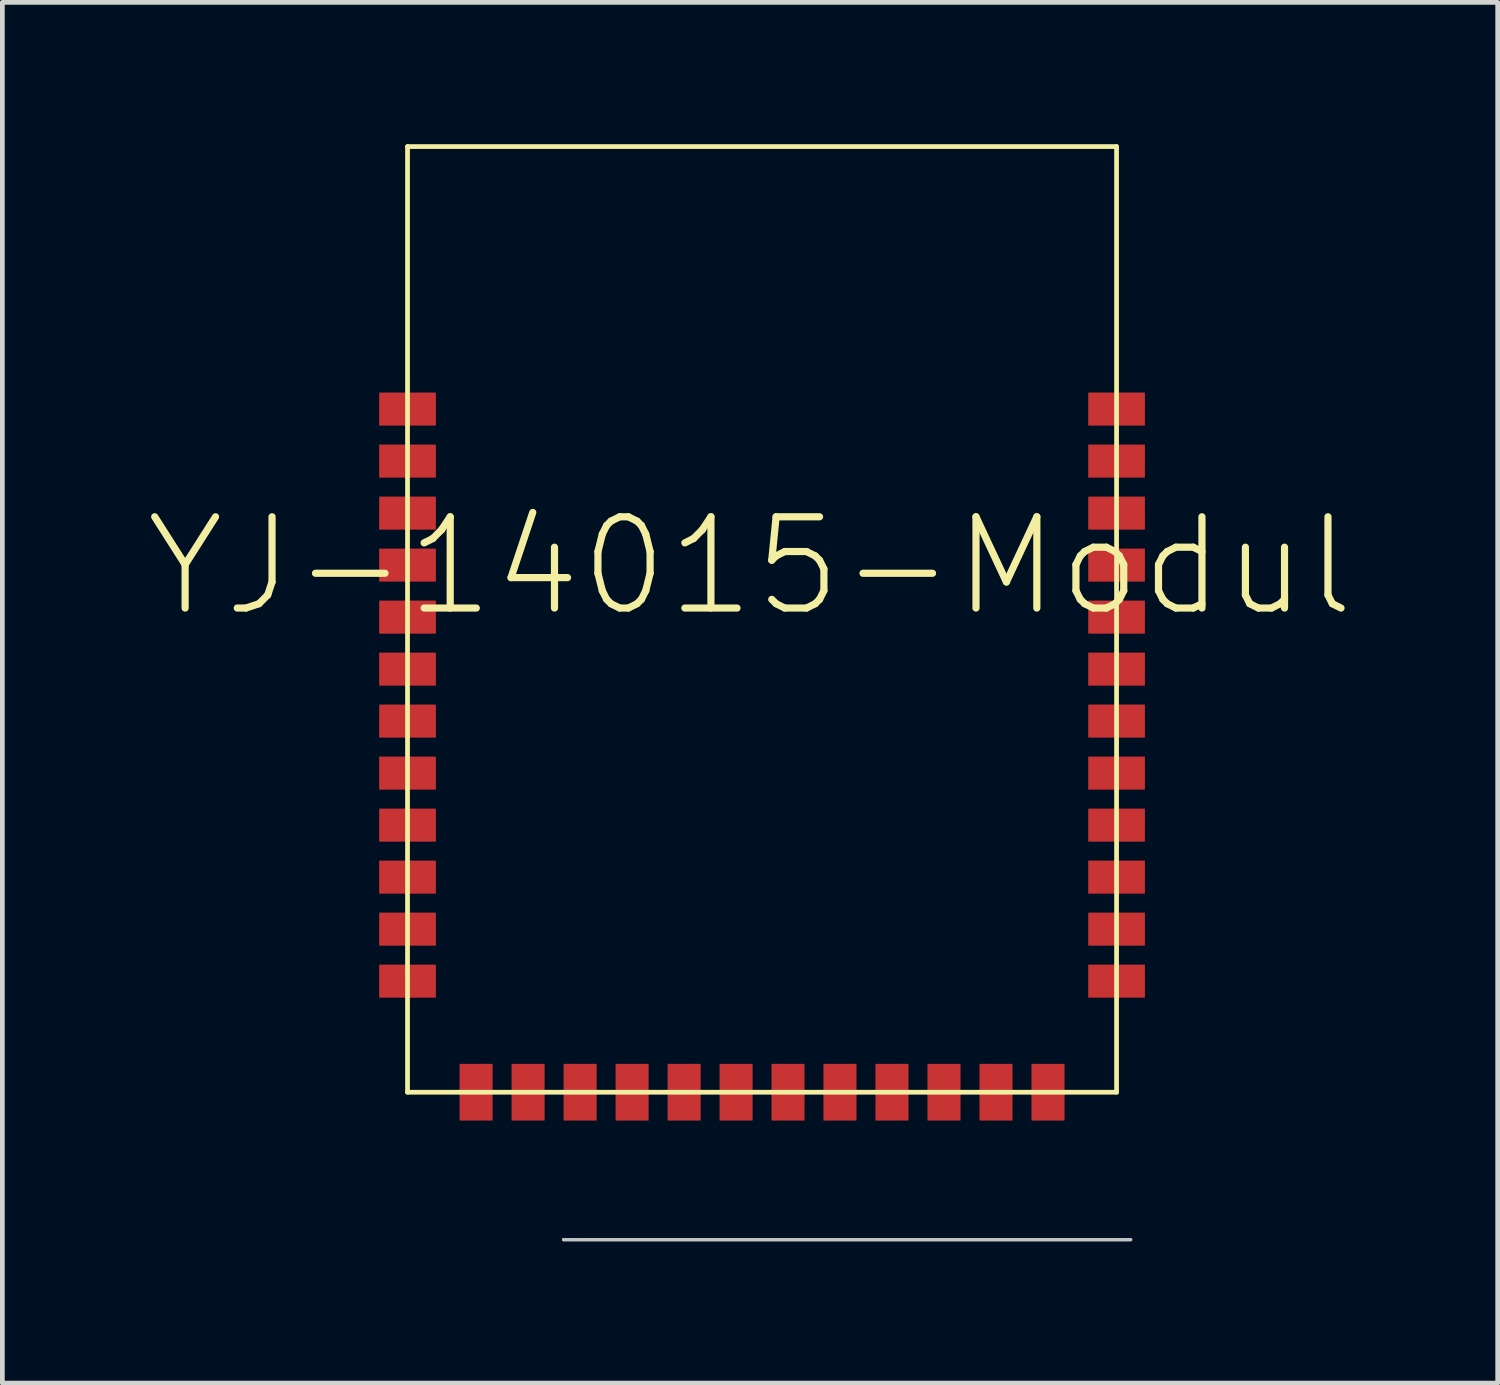
<source format=kicad_pcb>
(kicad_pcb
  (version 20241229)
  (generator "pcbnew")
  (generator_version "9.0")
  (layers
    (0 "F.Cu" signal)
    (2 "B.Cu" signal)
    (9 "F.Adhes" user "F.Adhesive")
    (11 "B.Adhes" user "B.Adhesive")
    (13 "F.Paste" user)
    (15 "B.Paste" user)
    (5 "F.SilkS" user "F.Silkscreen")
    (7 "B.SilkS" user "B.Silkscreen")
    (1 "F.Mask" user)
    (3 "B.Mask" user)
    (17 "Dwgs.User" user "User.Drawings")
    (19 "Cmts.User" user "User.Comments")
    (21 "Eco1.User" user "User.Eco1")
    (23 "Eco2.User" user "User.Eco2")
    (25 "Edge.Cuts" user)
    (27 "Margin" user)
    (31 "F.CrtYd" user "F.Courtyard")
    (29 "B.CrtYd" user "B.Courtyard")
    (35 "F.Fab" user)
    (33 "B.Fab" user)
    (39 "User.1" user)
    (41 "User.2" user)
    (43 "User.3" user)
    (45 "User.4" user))
  (footprint "YJ-14015-Modul"
    (layer "F.Cu")
    (at 13.067 20.05)
    (property "Reference" "YJ-14015-Modul" (at -0.254 -11.125 0) (layer "F.SilkS") (effects (font (size 1.93 1.93) (thickness 0.152))))
    (attr smd)
    (fp_line (start -7.498 -20) (end -7.498 0) (stroke (width 0.1) (type solid)) (layer "F.SilkS"))
    (fp_line (start -7.498 0) (end 7.498 0) (stroke (width 0.1) (type solid)) (layer "F.SilkS"))
    (fp_line (start 7.498 -20) (end -7.498 -20) (stroke (width 0.1) (type solid)) (layer "F.SilkS"))
    (fp_line (start 7.498 0) (end 7.498 -20) (stroke (width 0.1) (type solid)) (layer "F.SilkS"))
    (fp_line (start -4.199 3.119) (end 7.798 3.119) (stroke (width 0.066) (type solid)) (layer "Dwgs.User"))
    (fp_line (start -4.199 3.119) (end 7.798 3.119) (stroke (width 0.066) (type solid)) (layer "Dwgs.User"))
    (pad "GND" smd rect (at -7.498 -3.449 90) (size 0.699 1.199) (layers "F.Cu" "F.Mask" "F.Paste"))
    (pad "GND@" smd rect (at -7.498 -14.448 90) (size 0.699 1.199) (layers "F.Cu" "F.Mask" "F.Paste"))
    (pad "P.00" smd rect (at -4.948 0 90) (size 1.199 0.699) (layers "F.Cu" "F.Mask" "F.Paste"))
    (pad "P.01" smd rect (at -3.848 0 90) (size 1.199 0.699) (layers "F.Cu" "F.Mask" "F.Paste"))
    (pad "P.02" smd rect (at -2.748 0 90) (size 1.199 0.699) (layers "F.Cu" "F.Mask" "F.Paste"))
    (pad "P.03" smd rect (at -1.648 0 90) (size 1.199 0.699) (layers "F.Cu" "F.Mask" "F.Paste"))
    (pad "P.04" smd rect (at -0.549 0 90) (size 1.199 0.699) (layers "F.Cu" "F.Mask" "F.Paste"))
    (pad "P.05" smd rect (at 0.549 0 90) (size 1.199 0.699) (layers "F.Cu" "F.Mask" "F.Paste"))
    (pad "P.06" smd rect (at 1.648 0 90) (size 1.199 0.699) (layers "F.Cu" "F.Mask" "F.Paste"))
    (pad "P.07" smd rect (at 2.748 0 90) (size 1.199 0.699) (layers "F.Cu" "F.Mask" "F.Paste"))
    (pad "P.08" smd rect (at 3.848 0 90) (size 1.199 0.699) (layers "F.Cu" "F.Mask" "F.Paste"))
    (pad "P.09" smd rect (at 4.948 0 90) (size 1.199 0.699) (layers "F.Cu" "F.Mask" "F.Paste"))
    (pad "P.10" smd rect (at 6.048 0 90) (size 1.199 0.699) (layers "F.Cu" "F.Mask" "F.Paste"))
    (pad "P.11" smd rect (at 7.498 -2.349 90) (size 0.699 1.199) (layers "F.Cu" "F.Mask" "F.Paste"))
    (pad "P.12" smd rect (at 7.498 -3.449 90) (size 0.699 1.199) (layers "F.Cu" "F.Mask" "F.Paste"))
    (pad "P.13" smd rect (at 7.498 -4.549 90) (size 0.699 1.199) (layers "F.Cu" "F.Mask" "F.Paste"))
    (pad "P.14" smd rect (at 7.498 -5.649 90) (size 0.699 1.199) (layers "F.Cu" "F.Mask" "F.Paste"))
    (pad "P.15" smd rect (at 7.498 -6.749 90) (size 0.699 1.199) (layers "F.Cu" "F.Mask" "F.Paste"))
    (pad "P.16" smd rect (at 7.498 -7.849 90) (size 0.699 1.199) (layers "F.Cu" "F.Mask" "F.Paste"))
    (pad "P.17" smd rect (at 7.498 -11.148 90) (size 0.699 1.199) (layers "F.Cu" "F.Mask" "F.Paste"))
    (pad "P.18" smd rect (at 7.498 -12.248 90) (size 0.699 1.199) (layers "F.Cu" "F.Mask" "F.Paste"))
    (pad "P.19" smd rect (at 7.498 -13.348 90) (size 0.699 1.199) (layers "F.Cu" "F.Mask" "F.Paste"))
    (pad "P.20" smd rect (at 7.498 -14.448 90) (size 0.699 1.199) (layers "F.Cu" "F.Mask" "F.Paste"))
    (pad "P.21" smd rect (at -7.498 -13.348 90) (size 0.699 1.199) (layers "F.Cu" "F.Mask" "F.Paste"))
    (pad "P.22" smd rect (at -7.498 -12.248 90) (size 0.699 1.199) (layers "F.Cu" "F.Mask" "F.Paste"))
    (pad "P.23" smd rect (at -7.498 -11.148 90) (size 0.699 1.199) (layers "F.Cu" "F.Mask" "F.Paste"))
    (pad "P.24" smd rect (at -7.498 -10.048 90) (size 0.699 1.199) (layers "F.Cu" "F.Mask" "F.Paste"))
    (pad "P.25" smd rect (at -7.498 -8.948 90) (size 0.699 1.199) (layers "F.Cu" "F.Mask" "F.Paste"))
    (pad "P.26" smd rect (at -7.498 -7.849 90) (size 0.699 1.199) (layers "F.Cu" "F.Mask" "F.Paste"))
    (pad "P.27" smd rect (at -7.498 -6.749 90) (size 0.699 1.199) (layers "F.Cu" "F.Mask" "F.Paste"))
    (pad "P.28" smd rect (at -7.498 -5.649 90) (size 0.699 1.199) (layers "F.Cu" "F.Mask" "F.Paste"))
    (pad "P.29" smd rect (at -7.498 -4.549 90) (size 0.699 1.199) (layers "F.Cu" "F.Mask" "F.Paste"))
    (pad "P.30" smd rect (at -6.048 0 90) (size 1.199 0.699) (layers "F.Cu" "F.Mask" "F.Paste"))
    (pad "SWDC" smd rect (at 7.498 -10.048 90) (size 0.699 1.199) (layers "F.Cu" "F.Mask" "F.Paste"))
    (pad "SWDI" smd rect (at 7.498 -8.948 90) (size 0.699 1.199) (layers "F.Cu" "F.Mask" "F.Paste"))
    (pad "VDD" smd rect (at -7.498 -2.349 90) (size 0.699 1.199) (layers "F.Cu" "F.Mask" "F.Paste")))
  (gr_rect
    (start -3 -3)
    (end 28.626 26.202)
    (stroke (width 0.1) (type default))
    (fill no)
    (layer "Edge.Cuts")))
</source>
